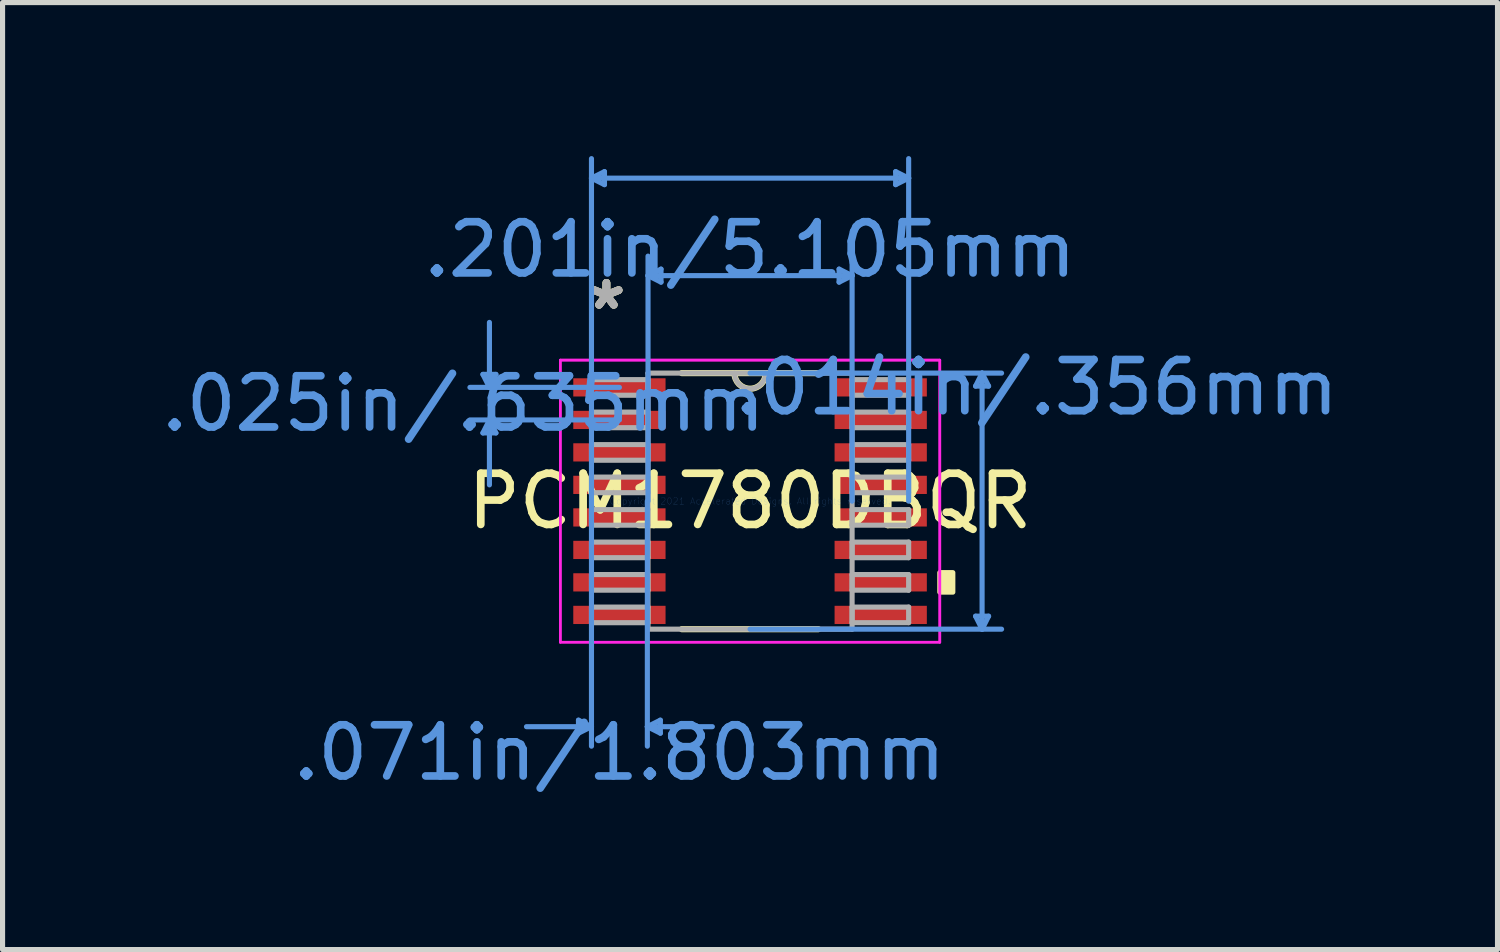
<source format=kicad_pcb>
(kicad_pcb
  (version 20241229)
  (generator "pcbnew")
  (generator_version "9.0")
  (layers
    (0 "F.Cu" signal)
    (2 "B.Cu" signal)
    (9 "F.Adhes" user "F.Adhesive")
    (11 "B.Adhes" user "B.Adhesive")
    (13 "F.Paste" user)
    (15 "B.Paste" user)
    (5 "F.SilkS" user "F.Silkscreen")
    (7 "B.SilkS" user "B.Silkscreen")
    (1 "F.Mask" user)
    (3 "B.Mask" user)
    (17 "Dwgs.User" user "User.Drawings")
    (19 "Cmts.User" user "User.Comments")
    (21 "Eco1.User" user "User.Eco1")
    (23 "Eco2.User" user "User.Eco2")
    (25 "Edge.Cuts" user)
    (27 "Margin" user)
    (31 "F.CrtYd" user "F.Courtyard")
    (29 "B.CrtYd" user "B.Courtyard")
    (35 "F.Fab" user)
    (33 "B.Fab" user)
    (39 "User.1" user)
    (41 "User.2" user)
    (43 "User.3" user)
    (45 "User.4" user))
  (footprint "PCM1780DBQR"
    (layer "F.Cu")
    (at 11.607 6.743)
    (property "Reference" "PCM1780DBQR" (at 0 0 0) (layer "F.SilkS") (effects (font (size 1 1) (thickness 0.15))))
    (attr through_hole)
    (fp_line (start -1.334 2.502) (end 1.334 2.502) (stroke (width 0.12) (type solid)) (layer "F.SilkS"))
    (fp_line (start 1.334 -2.502) (end -1.334 -2.502) (stroke (width 0.12) (type solid)) (layer "F.SilkS"))
    (fp_arc (start 0.3048 -2.5019) (mid 0 -2.1971) (end -0.3048 -2.5019) (stroke (width 0.12) (type solid)) (layer "F.SilkS"))
    (fp_poly (pts (xy 3.962 1.397) (xy 3.962 1.778) (xy 3.708 1.778) (xy 3.708 1.397)) (stroke (width 0.1) (type solid)) (fill yes) (layer "F.SilkS"))
    (fp_line (start -5.22 -2.477) (end -4.966 -2.477) (stroke (width 0.1) (type solid)) (layer "Cmts.User"))
    (fp_line (start -5.22 -1.333) (end -4.966 -1.333) (stroke (width 0.1) (type solid)) (layer "Cmts.User"))
    (fp_line (start -5.093 -2.223) (end -5.22 -2.477) (stroke (width 0.1) (type solid)) (layer "Cmts.User"))
    (fp_line (start -5.093 -2.223) (end -5.093 -3.493) (stroke (width 0.1) (type solid)) (layer "Cmts.User"))
    (fp_line (start -5.093 -2.223) (end -4.966 -2.477) (stroke (width 0.1) (type solid)) (layer "Cmts.User"))
    (fp_line (start -5.093 -1.587) (end -5.22 -1.333) (stroke (width 0.1) (type solid)) (layer "Cmts.User"))
    (fp_line (start -5.093 -1.587) (end -5.093 -0.318) (stroke (width 0.1) (type solid)) (layer "Cmts.User"))
    (fp_line (start -5.093 -1.587) (end -4.966 -1.333) (stroke (width 0.1) (type solid)) (layer "Cmts.User"))
    (fp_line (start -3.353 4.28) (end -3.353 4.534) (stroke (width 0.1) (type solid)) (layer "Cmts.User"))
    (fp_line (start -3.099 -6.312) (end -2.845 -6.439) (stroke (width 0.1) (type solid)) (layer "Cmts.User"))
    (fp_line (start -3.099 -6.312) (end -2.845 -6.185) (stroke (width 0.1) (type solid)) (layer "Cmts.User"))
    (fp_line (start -3.099 -6.312) (end 3.099 -6.312) (stroke (width 0.1) (type solid)) (layer "Cmts.User"))
    (fp_line (start -3.099 0) (end -3.099 -6.693) (stroke (width 0.1) (type solid)) (layer "Cmts.User"))
    (fp_line (start -3.099 0) (end -3.099 4.788) (stroke (width 0.1) (type solid)) (layer "Cmts.User"))
    (fp_line (start -3.099 4.407) (end -4.369 4.407) (stroke (width 0.1) (type solid)) (layer "Cmts.User"))
    (fp_line (start -3.099 4.407) (end -3.353 4.28) (stroke (width 0.1) (type solid)) (layer "Cmts.User"))
    (fp_line (start -3.099 4.407) (end -3.353 4.534) (stroke (width 0.1) (type solid)) (layer "Cmts.User"))
    (fp_line (start -2.845 -6.439) (end -2.845 -6.185) (stroke (width 0.1) (type solid)) (layer "Cmts.User"))
    (fp_line (start -2.553 -2.223) (end -5.474 -2.223) (stroke (width 0.1) (type solid)) (layer "Cmts.User"))
    (fp_line (start -2.553 -1.587) (end -5.474 -1.587) (stroke (width 0.1) (type solid)) (layer "Cmts.User"))
    (fp_line (start -2.007 0) (end -2.007 4.788) (stroke (width 0.1) (type solid)) (layer "Cmts.User"))
    (fp_line (start -2.007 4.407) (end -1.753 4.28) (stroke (width 0.1) (type solid)) (layer "Cmts.User"))
    (fp_line (start -2.007 4.407) (end -1.753 4.534) (stroke (width 0.1) (type solid)) (layer "Cmts.User"))
    (fp_line (start -2.007 4.407) (end -0.737 4.407) (stroke (width 0.1) (type solid)) (layer "Cmts.User"))
    (fp_line (start -1.994 -4.407) (end -1.74 -4.534) (stroke (width 0.1) (type solid)) (layer "Cmts.User"))
    (fp_line (start -1.994 -4.407) (end -1.74 -4.28) (stroke (width 0.1) (type solid)) (layer "Cmts.User"))
    (fp_line (start -1.994 -4.407) (end 1.994 -4.407) (stroke (width 0.1) (type solid)) (layer "Cmts.User"))
    (fp_line (start -1.994 0) (end -1.994 -4.788) (stroke (width 0.1) (type solid)) (layer "Cmts.User"))
    (fp_line (start -1.753 4.28) (end -1.753 4.534) (stroke (width 0.1) (type solid)) (layer "Cmts.User"))
    (fp_line (start -1.74 -4.534) (end -1.74 -4.28) (stroke (width 0.1) (type solid)) (layer "Cmts.User"))
    (fp_line (start 0 -2.502) (end 4.915 -2.502) (stroke (width 0.1) (type solid)) (layer "Cmts.User"))
    (fp_line (start 0 2.502) (end 4.915 2.502) (stroke (width 0.1) (type solid)) (layer "Cmts.User"))
    (fp_line (start 1.74 -4.534) (end 1.74 -4.28) (stroke (width 0.1) (type solid)) (layer "Cmts.User"))
    (fp_line (start 1.994 -4.407) (end 1.74 -4.534) (stroke (width 0.1) (type solid)) (layer "Cmts.User"))
    (fp_line (start 1.994 -4.407) (end 1.74 -4.28) (stroke (width 0.1) (type solid)) (layer "Cmts.User"))
    (fp_line (start 1.994 0) (end 1.994 -4.788) (stroke (width 0.1) (type solid)) (layer "Cmts.User"))
    (fp_line (start 2.845 -6.439) (end 2.845 -6.185) (stroke (width 0.1) (type solid)) (layer "Cmts.User"))
    (fp_line (start 3.099 -6.312) (end 2.845 -6.439) (stroke (width 0.1) (type solid)) (layer "Cmts.User"))
    (fp_line (start 3.099 -6.312) (end 2.845 -6.185) (stroke (width 0.1) (type solid)) (layer "Cmts.User"))
    (fp_line (start 3.099 0) (end 3.099 -6.693) (stroke (width 0.1) (type solid)) (layer "Cmts.User"))
    (fp_line (start 4.407 -2.248) (end 4.661 -2.248) (stroke (width 0.1) (type solid)) (layer "Cmts.User"))
    (fp_line (start 4.407 2.248) (end 4.661 2.248) (stroke (width 0.1) (type solid)) (layer "Cmts.User"))
    (fp_line (start 4.534 -2.502) (end 4.407 -2.248) (stroke (width 0.1) (type solid)) (layer "Cmts.User"))
    (fp_line (start 4.534 -2.502) (end 4.534 2.502) (stroke (width 0.1) (type solid)) (layer "Cmts.User"))
    (fp_line (start 4.534 -2.502) (end 4.661 -2.248) (stroke (width 0.1) (type solid)) (layer "Cmts.User"))
    (fp_line (start 4.534 2.502) (end 4.407 2.248) (stroke (width 0.1) (type solid)) (layer "Cmts.User"))
    (fp_line (start 4.534 2.502) (end 4.661 2.248) (stroke (width 0.1) (type solid)) (layer "Cmts.User"))
    (fp_line (start -3.708 -2.756) (end 3.708 -2.756) (stroke (width 0.05) (type solid)) (layer "F.CrtYd"))
    (fp_line (start -3.708 -2.756) (end 3.708 -2.756) (stroke (width 0.05) (type solid)) (layer "F.CrtYd"))
    (fp_line (start -3.708 2.756) (end -3.708 -2.756) (stroke (width 0.05) (type solid)) (layer "F.CrtYd"))
    (fp_line (start -3.708 2.756) (end -3.708 -2.756) (stroke (width 0.05) (type solid)) (layer "F.CrtYd"))
    (fp_line (start 3.708 -2.756) (end 3.708 2.756) (stroke (width 0.05) (type solid)) (layer "F.CrtYd"))
    (fp_line (start 3.708 -2.756) (end 3.708 2.756) (stroke (width 0.05) (type solid)) (layer "F.CrtYd"))
    (fp_line (start 3.708 2.756) (end -3.708 2.756) (stroke (width 0.05) (type solid)) (layer "F.CrtYd"))
    (fp_line (start 3.708 2.756) (end -3.708 2.756) (stroke (width 0.05) (type solid)) (layer "F.CrtYd"))
    (fp_line (start -3.099 -2.375) (end -3.099 -2.07) (stroke (width 0.1) (type solid)) (layer "F.Fab"))
    (fp_line (start -3.099 -2.07) (end -1.994 -2.07) (stroke (width 0.1) (type solid)) (layer "F.Fab"))
    (fp_line (start -3.099 -1.74) (end -3.099 -1.435) (stroke (width 0.1) (type solid)) (layer "F.Fab"))
    (fp_line (start -3.099 -1.435) (end -1.994 -1.435) (stroke (width 0.1) (type solid)) (layer "F.Fab"))
    (fp_line (start -3.099 -1.105) (end -3.099 -0.8) (stroke (width 0.1) (type solid)) (layer "F.Fab"))
    (fp_line (start -3.099 -0.8) (end -1.994 -0.8) (stroke (width 0.1) (type solid)) (layer "F.Fab"))
    (fp_line (start -3.099 -0.47) (end -3.099 -0.165) (stroke (width 0.1) (type solid)) (layer "F.Fab"))
    (fp_line (start -3.099 -0.165) (end -1.994 -0.165) (stroke (width 0.1) (type solid)) (layer "F.Fab"))
    (fp_line (start -3.099 0.165) (end -3.099 0.47) (stroke (width 0.1) (type solid)) (layer "F.Fab"))
    (fp_line (start -3.099 0.47) (end -1.994 0.47) (stroke (width 0.1) (type solid)) (layer "F.Fab"))
    (fp_line (start -3.099 0.8) (end -3.099 1.105) (stroke (width 0.1) (type solid)) (layer "F.Fab"))
    (fp_line (start -3.099 1.105) (end -1.994 1.105) (stroke (width 0.1) (type solid)) (layer "F.Fab"))
    (fp_line (start -3.099 1.435) (end -3.099 1.74) (stroke (width 0.1) (type solid)) (layer "F.Fab"))
    (fp_line (start -3.099 1.74) (end -1.994 1.74) (stroke (width 0.1) (type solid)) (layer "F.Fab"))
    (fp_line (start -3.099 2.07) (end -3.099 2.375) (stroke (width 0.1) (type solid)) (layer "F.Fab"))
    (fp_line (start -3.099 2.375) (end -1.994 2.375) (stroke (width 0.1) (type solid)) (layer "F.Fab"))
    (fp_line (start -1.994 -2.502) (end -1.994 2.502) (stroke (width 0.1) (type solid)) (layer "F.Fab"))
    (fp_line (start -1.994 -2.375) (end -3.099 -2.375) (stroke (width 0.1) (type solid)) (layer "F.Fab"))
    (fp_line (start -1.994 -2.07) (end -1.994 -2.375) (stroke (width 0.1) (type solid)) (layer "F.Fab"))
    (fp_line (start -1.994 -1.74) (end -3.099 -1.74) (stroke (width 0.1) (type solid)) (layer "F.Fab"))
    (fp_line (start -1.994 -1.435) (end -1.994 -1.74) (stroke (width 0.1) (type solid)) (layer "F.Fab"))
    (fp_line (start -1.994 -1.105) (end -3.099 -1.105) (stroke (width 0.1) (type solid)) (layer "F.Fab"))
    (fp_line (start -1.994 -0.8) (end -1.994 -1.105) (stroke (width 0.1) (type solid)) (layer "F.Fab"))
    (fp_line (start -1.994 -0.47) (end -3.099 -0.47) (stroke (width 0.1) (type solid)) (layer "F.Fab"))
    (fp_line (start -1.994 -0.165) (end -1.994 -0.47) (stroke (width 0.1) (type solid)) (layer "F.Fab"))
    (fp_line (start -1.994 0.165) (end -3.099 0.165) (stroke (width 0.1) (type solid)) (layer "F.Fab"))
    (fp_line (start -1.994 0.47) (end -1.994 0.165) (stroke (width 0.1) (type solid)) (layer "F.Fab"))
    (fp_line (start -1.994 0.8) (end -3.099 0.8) (stroke (width 0.1) (type solid)) (layer "F.Fab"))
    (fp_line (start -1.994 1.105) (end -1.994 0.8) (stroke (width 0.1) (type solid)) (layer "F.Fab"))
    (fp_line (start -1.994 1.435) (end -3.099 1.435) (stroke (width 0.1) (type solid)) (layer "F.Fab"))
    (fp_line (start -1.994 1.74) (end -1.994 1.435) (stroke (width 0.1) (type solid)) (layer "F.Fab"))
    (fp_line (start -1.994 2.07) (end -3.099 2.07) (stroke (width 0.1) (type solid)) (layer "F.Fab"))
    (fp_line (start -1.994 2.375) (end -1.994 2.07) (stroke (width 0.1) (type solid)) (layer "F.Fab"))
    (fp_line (start -1.994 2.502) (end 1.994 2.502) (stroke (width 0.1) (type solid)) (layer "F.Fab"))
    (fp_line (start 1.994 -2.502) (end -1.994 -2.502) (stroke (width 0.1) (type solid)) (layer "F.Fab"))
    (fp_line (start 1.994 -2.375) (end 1.994 -2.07) (stroke (width 0.1) (type solid)) (layer "F.Fab"))
    (fp_line (start 1.994 -2.07) (end 3.099 -2.07) (stroke (width 0.1) (type solid)) (layer "F.Fab"))
    (fp_line (start 1.994 -1.74) (end 1.994 -1.435) (stroke (width 0.1) (type solid)) (layer "F.Fab"))
    (fp_line (start 1.994 -1.435) (end 3.099 -1.435) (stroke (width 0.1) (type solid)) (layer "F.Fab"))
    (fp_line (start 1.994 -1.105) (end 1.994 -0.8) (stroke (width 0.1) (type solid)) (layer "F.Fab"))
    (fp_line (start 1.994 -0.8) (end 3.099 -0.8) (stroke (width 0.1) (type solid)) (layer "F.Fab"))
    (fp_line (start 1.994 -0.47) (end 1.994 -0.165) (stroke (width 0.1) (type solid)) (layer "F.Fab"))
    (fp_line (start 1.994 -0.165) (end 3.099 -0.165) (stroke (width 0.1) (type solid)) (layer "F.Fab"))
    (fp_line (start 1.994 0.165) (end 1.994 0.47) (stroke (width 0.1) (type solid)) (layer "F.Fab"))
    (fp_line (start 1.994 0.47) (end 3.099 0.47) (stroke (width 0.1) (type solid)) (layer "F.Fab"))
    (fp_line (start 1.994 0.8) (end 1.994 1.105) (stroke (width 0.1) (type solid)) (layer "F.Fab"))
    (fp_line (start 1.994 1.105) (end 3.099 1.105) (stroke (width 0.1) (type solid)) (layer "F.Fab"))
    (fp_line (start 1.994 1.435) (end 1.994 1.74) (stroke (width 0.1) (type solid)) (layer "F.Fab"))
    (fp_line (start 1.994 1.74) (end 3.099 1.74) (stroke (width 0.1) (type solid)) (layer "F.Fab"))
    (fp_line (start 1.994 2.07) (end 1.994 2.375) (stroke (width 0.1) (type solid)) (layer "F.Fab"))
    (fp_line (start 1.994 2.375) (end 3.099 2.375) (stroke (width 0.1) (type solid)) (layer "F.Fab"))
    (fp_line (start 1.994 2.502) (end 1.994 -2.502) (stroke (width 0.1) (type solid)) (layer "F.Fab"))
    (fp_line (start 3.099 -2.375) (end 1.994 -2.375) (stroke (width 0.1) (type solid)) (layer "F.Fab"))
    (fp_line (start 3.099 -2.07) (end 3.099 -2.375) (stroke (width 0.1) (type solid)) (layer "F.Fab"))
    (fp_line (start 3.099 -1.74) (end 1.994 -1.74) (stroke (width 0.1) (type solid)) (layer "F.Fab"))
    (fp_line (start 3.099 -1.435) (end 3.099 -1.74) (stroke (width 0.1) (type solid)) (layer "F.Fab"))
    (fp_line (start 3.099 -1.105) (end 1.994 -1.105) (stroke (width 0.1) (type solid)) (layer "F.Fab"))
    (fp_line (start 3.099 -0.8) (end 3.099 -1.105) (stroke (width 0.1) (type solid)) (layer "F.Fab"))
    (fp_line (start 3.099 -0.47) (end 1.994 -0.47) (stroke (width 0.1) (type solid)) (layer "F.Fab"))
    (fp_line (start 3.099 -0.165) (end 3.099 -0.47) (stroke (width 0.1) (type solid)) (layer "F.Fab"))
    (fp_line (start 3.099 0.165) (end 1.994 0.165) (stroke (width 0.1) (type solid)) (layer "F.Fab"))
    (fp_line (start 3.099 0.47) (end 3.099 0.165) (stroke (width 0.1) (type solid)) (layer "F.Fab"))
    (fp_line (start 3.099 0.8) (end 1.994 0.8) (stroke (width 0.1) (type solid)) (layer "F.Fab"))
    (fp_line (start 3.099 1.105) (end 3.099 0.8) (stroke (width 0.1) (type solid)) (layer "F.Fab"))
    (fp_line (start 3.099 1.435) (end 1.994 1.435) (stroke (width 0.1) (type solid)) (layer "F.Fab"))
    (fp_line (start 3.099 1.74) (end 3.099 1.435) (stroke (width 0.1) (type solid)) (layer "F.Fab"))
    (fp_line (start 3.099 2.07) (end 1.994 2.07) (stroke (width 0.1) (type solid)) (layer "F.Fab"))
    (fp_line (start 3.099 2.375) (end 3.099 2.07) (stroke (width 0.1) (type solid)) (layer "F.Fab"))
    (fp_arc (start 0.3048 -2.5019) (mid 0 -2.1971) (end -0.3048 -2.5019) (stroke (width 0.1) (type solid)) (layer "F.Fab"))
    (fp_text user "*" (at -2.807 -3.721 0) (layer "F.SilkS") (effects (font (size 1 1) (thickness 0.15))))
    (fp_text user "*" (at -2.807 -3.721 0) (layer "F.SilkS") (effects (font (size 1 1) (thickness 0.15))))
    (fp_text user ".014in/.356mm" (at 5.601 -2.223 0) (layer "Cmts.User") (effects (font (size 1 1) (thickness 0.15))))
    (fp_text user ".025in/.635mm" (at -5.601 -1.905 0) (layer "Cmts.User") (effects (font (size 1 1) (thickness 0.15))))
    (fp_text user ".071in/1.803mm" (at -2.553 4.915 0) (layer "Cmts.User") (effects (font (size 1 1) (thickness 0.15))))
    (fp_text user ".201in/5.105mm" (at 0 -4.915 0) (layer "Cmts.User") (effects (font (size 1 1) (thickness 0.15))))
    (fp_text user "Copyright 2021 Accelerated Designs. All rights reserved." (at 0 0 0) (layer "Cmts.User") (effects (font (size 0.127 0.127) (thickness 0.002))))
    (fp_text user "*" (at -2.807 -3.721 0) (layer "F.Fab") (effects (font (size 1 1) (thickness 0.15))))
    (fp_text user "*" (at -2.807 -3.721 0) (layer "F.Fab") (effects (font (size 1 1) (thickness 0.15))))
    (pad "1" smd rect (at -2.553 -2.223) (size 1.803 0.356) (layers "F.Cu" "F.Mask" "F.Paste"))
    (pad "2" smd rect (at -2.553 -1.587) (size 1.803 0.356) (layers "F.Cu" "F.Mask" "F.Paste"))
    (pad "3" smd rect (at -2.553 -0.953) (size 1.803 0.356) (layers "F.Cu" "F.Mask" "F.Paste"))
    (pad "4" smd rect (at -2.553 -0.318) (size 1.803 0.356) (layers "F.Cu" "F.Mask" "F.Paste"))
    (pad "5" smd rect (at -2.553 0.318) (size 1.803 0.356) (layers "F.Cu" "F.Mask" "F.Paste"))
    (pad "6" smd rect (at -2.553 0.953) (size 1.803 0.356) (layers "F.Cu" "F.Mask" "F.Paste"))
    (pad "7" smd rect (at -2.553 1.587) (size 1.803 0.356) (layers "F.Cu" "F.Mask" "F.Paste"))
    (pad "8" smd rect (at -2.553 2.223) (size 1.803 0.356) (layers "F.Cu" "F.Mask" "F.Paste"))
    (pad "9" smd rect (at 2.553 2.223) (size 1.803 0.356) (layers "F.Cu" "F.Mask" "F.Paste"))
    (pad "10" smd rect (at 2.553 1.587) (size 1.803 0.356) (layers "F.Cu" "F.Mask" "F.Paste"))
    (pad "11" smd rect (at 2.553 0.953) (size 1.803 0.356) (layers "F.Cu" "F.Mask" "F.Paste"))
    (pad "12" smd rect (at 2.553 0.318) (size 1.803 0.356) (layers "F.Cu" "F.Mask" "F.Paste"))
    (pad "13" smd rect (at 2.553 -0.318) (size 1.803 0.356) (layers "F.Cu" "F.Mask" "F.Paste"))
    (pad "14" smd rect (at 2.553 -0.953) (size 1.803 0.356) (layers "F.Cu" "F.Mask" "F.Paste"))
    (pad "15" smd rect (at 2.553 -1.587) (size 1.803 0.356) (layers "F.Cu" "F.Mask" "F.Paste"))
    (pad "16" smd rect (at 2.553 -2.223) (size 1.803 0.356) (layers "F.Cu" "F.Mask" "F.Paste")))
  (gr_rect
    (start -3 -3)
    (end 26.213 15.506)
    (stroke (width 0.1) (type default))
    (fill no)
    (layer "Edge.Cuts")))
</source>
